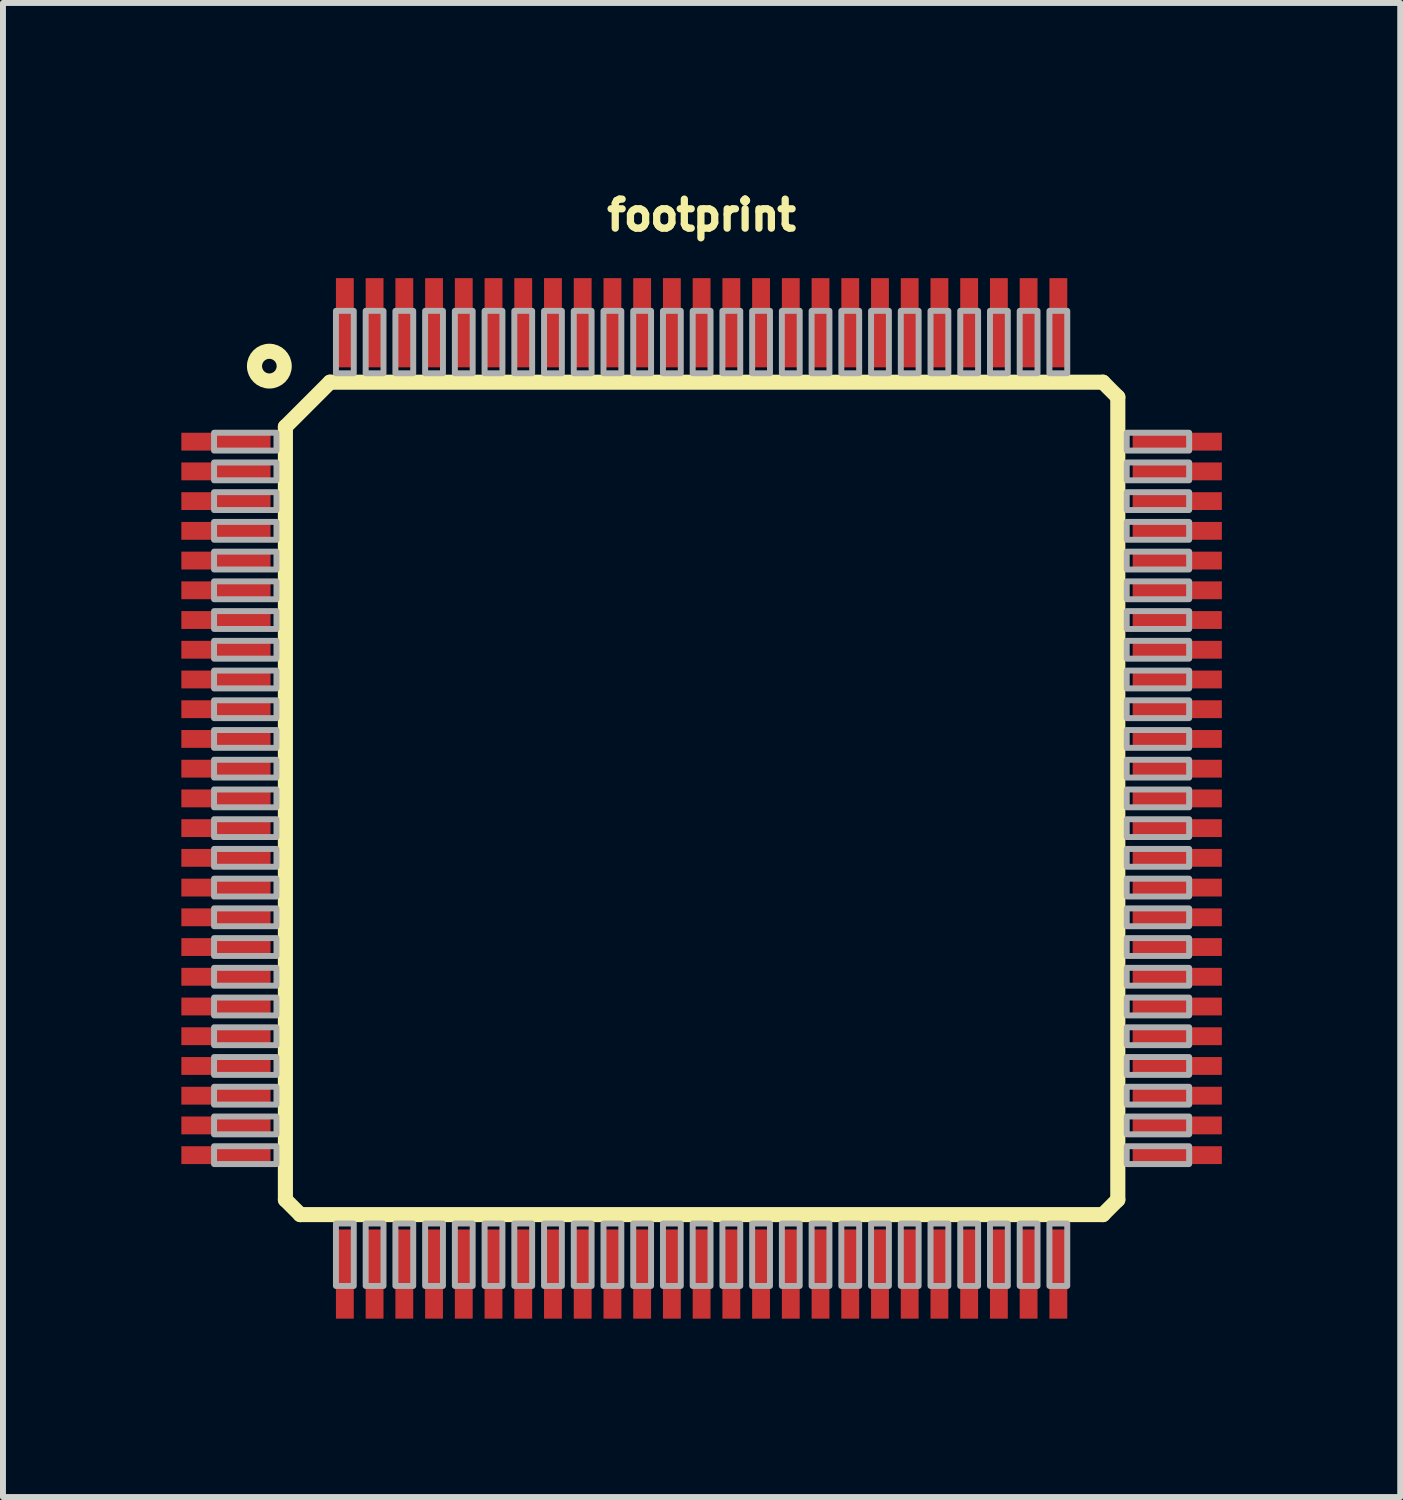
<source format=kicad_pcb>
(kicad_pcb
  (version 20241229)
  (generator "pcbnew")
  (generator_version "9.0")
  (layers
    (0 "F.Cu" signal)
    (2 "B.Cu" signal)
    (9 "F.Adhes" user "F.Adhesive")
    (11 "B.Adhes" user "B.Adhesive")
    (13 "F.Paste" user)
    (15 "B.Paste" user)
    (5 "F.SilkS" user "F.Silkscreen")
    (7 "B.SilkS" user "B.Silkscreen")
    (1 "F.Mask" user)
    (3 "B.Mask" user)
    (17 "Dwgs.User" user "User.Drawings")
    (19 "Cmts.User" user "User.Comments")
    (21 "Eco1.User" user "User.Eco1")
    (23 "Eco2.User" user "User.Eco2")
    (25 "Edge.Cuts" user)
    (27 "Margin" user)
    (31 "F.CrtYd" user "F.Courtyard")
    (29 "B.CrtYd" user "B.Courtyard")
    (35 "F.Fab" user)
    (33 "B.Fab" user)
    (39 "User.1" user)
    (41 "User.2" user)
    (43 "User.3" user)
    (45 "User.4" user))
  (footprint "footprint"
    (layer "F.Cu")
    (at 8.75 10.378)
    (property "Reference" "footprint" (at 0 -9.525 0) (layer "F.SilkS") (effects (font (size 0.488 0.488) (thickness 0.122)) (justify bottom)))
    (fp_line (start -7 -6.25) (end -6.25 -7) (stroke (width 0.254) (type solid)) (layer "F.SilkS"))
    (fp_line (start -7 6.75) (end -7 -6.25) (stroke (width 0.254) (type solid)) (layer "F.SilkS"))
    (fp_line (start -6.75 7) (end -7 6.75) (stroke (width 0.254) (type solid)) (layer "F.SilkS"))
    (fp_line (start -6.25 -7) (end 6.75 -7) (stroke (width 0.254) (type solid)) (layer "F.SilkS"))
    (fp_line (start 6.75 -7) (end 7 -6.75) (stroke (width 0.254) (type solid)) (layer "F.SilkS"))
    (fp_line (start 6.75 7) (end -6.75 7) (stroke (width 0.254) (type solid)) (layer "F.SilkS"))
    (fp_line (start 7 -6.75) (end 7 6.75) (stroke (width 0.254) (type solid)) (layer "F.SilkS"))
    (fp_line (start 7 6.75) (end 6.75 7) (stroke (width 0.254) (type solid)) (layer "F.SilkS"))
    (fp_circle (center -7.27 -7.27) (end -7.02 -7.27) (stroke (width 0.254) (type solid)) (fill no) (layer "F.SilkS"))
    (fp_poly (pts (xy -8.2 -5.85) (xy -7.15 -5.85) (xy -7.15 -6.15) (xy -8.2 -6.15)) (stroke (width 0.1) (type solid)) (fill no) (layer "F.Fab"))
    (fp_poly (pts (xy -8.2 -5.35) (xy -7.15 -5.35) (xy -7.15 -5.65) (xy -8.2 -5.65)) (stroke (width 0.1) (type solid)) (fill no) (layer "F.Fab"))
    (fp_poly (pts (xy -8.2 -4.85) (xy -7.15 -4.85) (xy -7.15 -5.15) (xy -8.2 -5.15)) (stroke (width 0.1) (type solid)) (fill no) (layer "F.Fab"))
    (fp_poly (pts (xy -8.2 -4.35) (xy -7.15 -4.35) (xy -7.15 -4.65) (xy -8.2 -4.65)) (stroke (width 0.1) (type solid)) (fill no) (layer "F.Fab"))
    (fp_poly (pts (xy -8.2 -3.85) (xy -7.15 -3.85) (xy -7.15 -4.15) (xy -8.2 -4.15)) (stroke (width 0.1) (type solid)) (fill no) (layer "F.Fab"))
    (fp_poly (pts (xy -8.2 -3.35) (xy -7.15 -3.35) (xy -7.15 -3.65) (xy -8.2 -3.65)) (stroke (width 0.1) (type solid)) (fill no) (layer "F.Fab"))
    (fp_poly (pts (xy -8.2 -2.85) (xy -7.15 -2.85) (xy -7.15 -3.15) (xy -8.2 -3.15)) (stroke (width 0.1) (type solid)) (fill no) (layer "F.Fab"))
    (fp_poly (pts (xy -8.2 -2.35) (xy -7.15 -2.35) (xy -7.15 -2.65) (xy -8.2 -2.65)) (stroke (width 0.1) (type solid)) (fill no) (layer "F.Fab"))
    (fp_poly (pts (xy -8.2 -1.85) (xy -7.15 -1.85) (xy -7.15 -2.15) (xy -8.2 -2.15)) (stroke (width 0.1) (type solid)) (fill no) (layer "F.Fab"))
    (fp_poly (pts (xy -8.2 -1.35) (xy -7.15 -1.35) (xy -7.15 -1.65) (xy -8.2 -1.65)) (stroke (width 0.1) (type solid)) (fill no) (layer "F.Fab"))
    (fp_poly (pts (xy -8.2 -0.85) (xy -7.15 -0.85) (xy -7.15 -1.15) (xy -8.2 -1.15)) (stroke (width 0.1) (type solid)) (fill no) (layer "F.Fab"))
    (fp_poly (pts (xy -8.2 -0.35) (xy -7.15 -0.35) (xy -7.15 -0.65) (xy -8.2 -0.65)) (stroke (width 0.1) (type solid)) (fill no) (layer "F.Fab"))
    (fp_poly (pts (xy -8.2 0.15) (xy -7.15 0.15) (xy -7.15 -0.15) (xy -8.2 -0.15)) (stroke (width 0.1) (type solid)) (fill no) (layer "F.Fab"))
    (fp_poly (pts (xy -8.2 0.65) (xy -7.15 0.65) (xy -7.15 0.35) (xy -8.2 0.35)) (stroke (width 0.1) (type solid)) (fill no) (layer "F.Fab"))
    (fp_poly (pts (xy -8.2 1.15) (xy -7.15 1.15) (xy -7.15 0.85) (xy -8.2 0.85)) (stroke (width 0.1) (type solid)) (fill no) (layer "F.Fab"))
    (fp_poly (pts (xy -8.2 1.65) (xy -7.15 1.65) (xy -7.15 1.35) (xy -8.2 1.35)) (stroke (width 0.1) (type solid)) (fill no) (layer "F.Fab"))
    (fp_poly (pts (xy -8.2 2.15) (xy -7.15 2.15) (xy -7.15 1.85) (xy -8.2 1.85)) (stroke (width 0.1) (type solid)) (fill no) (layer "F.Fab"))
    (fp_poly (pts (xy -8.2 2.65) (xy -7.15 2.65) (xy -7.15 2.35) (xy -8.2 2.35)) (stroke (width 0.1) (type solid)) (fill no) (layer "F.Fab"))
    (fp_poly (pts (xy -8.2 3.15) (xy -7.15 3.15) (xy -7.15 2.85) (xy -8.2 2.85)) (stroke (width 0.1) (type solid)) (fill no) (layer "F.Fab"))
    (fp_poly (pts (xy -8.2 3.65) (xy -7.15 3.65) (xy -7.15 3.35) (xy -8.2 3.35)) (stroke (width 0.1) (type solid)) (fill no) (layer "F.Fab"))
    (fp_poly (pts (xy -8.2 4.15) (xy -7.15 4.15) (xy -7.15 3.85) (xy -8.2 3.85)) (stroke (width 0.1) (type solid)) (fill no) (layer "F.Fab"))
    (fp_poly (pts (xy -8.2 4.65) (xy -7.15 4.65) (xy -7.15 4.35) (xy -8.2 4.35)) (stroke (width 0.1) (type solid)) (fill no) (layer "F.Fab"))
    (fp_poly (pts (xy -8.2 5.15) (xy -7.15 5.15) (xy -7.15 4.85) (xy -8.2 4.85)) (stroke (width 0.1) (type solid)) (fill no) (layer "F.Fab"))
    (fp_poly (pts (xy -8.2 5.65) (xy -7.15 5.65) (xy -7.15 5.35) (xy -8.2 5.35)) (stroke (width 0.1) (type solid)) (fill no) (layer "F.Fab"))
    (fp_poly (pts (xy -8.2 6.15) (xy -7.15 6.15) (xy -7.15 5.85) (xy -8.2 5.85)) (stroke (width 0.1) (type solid)) (fill no) (layer "F.Fab"))
    (fp_poly (pts (xy -6.15 -7.15) (xy -5.85 -7.15) (xy -5.85 -8.2) (xy -6.15 -8.2)) (stroke (width 0.1) (type solid)) (fill no) (layer "F.Fab"))
    (fp_poly (pts (xy -6.15 8.2) (xy -5.85 8.2) (xy -5.85 7.15) (xy -6.15 7.15)) (stroke (width 0.1) (type solid)) (fill no) (layer "F.Fab"))
    (fp_poly (pts (xy -5.65 -7.15) (xy -5.35 -7.15) (xy -5.35 -8.2) (xy -5.65 -8.2)) (stroke (width 0.1) (type solid)) (fill no) (layer "F.Fab"))
    (fp_poly (pts (xy -5.65 8.2) (xy -5.35 8.2) (xy -5.35 7.15) (xy -5.65 7.15)) (stroke (width 0.1) (type solid)) (fill no) (layer "F.Fab"))
    (fp_poly (pts (xy -5.15 -7.15) (xy -4.85 -7.15) (xy -4.85 -8.2) (xy -5.15 -8.2)) (stroke (width 0.1) (type solid)) (fill no) (layer "F.Fab"))
    (fp_poly (pts (xy -5.15 8.2) (xy -4.85 8.2) (xy -4.85 7.15) (xy -5.15 7.15)) (stroke (width 0.1) (type solid)) (fill no) (layer "F.Fab"))
    (fp_poly (pts (xy -4.65 -7.15) (xy -4.35 -7.15) (xy -4.35 -8.2) (xy -4.65 -8.2)) (stroke (width 0.1) (type solid)) (fill no) (layer "F.Fab"))
    (fp_poly (pts (xy -4.65 8.2) (xy -4.35 8.2) (xy -4.35 7.15) (xy -4.65 7.15)) (stroke (width 0.1) (type solid)) (fill no) (layer "F.Fab"))
    (fp_poly (pts (xy -4.15 -7.15) (xy -3.85 -7.15) (xy -3.85 -8.2) (xy -4.15 -8.2)) (stroke (width 0.1) (type solid)) (fill no) (layer "F.Fab"))
    (fp_poly (pts (xy -4.15 8.2) (xy -3.85 8.2) (xy -3.85 7.15) (xy -4.15 7.15)) (stroke (width 0.1) (type solid)) (fill no) (layer "F.Fab"))
    (fp_poly (pts (xy -3.65 -7.15) (xy -3.35 -7.15) (xy -3.35 -8.2) (xy -3.65 -8.2)) (stroke (width 0.1) (type solid)) (fill no) (layer "F.Fab"))
    (fp_poly (pts (xy -3.65 8.2) (xy -3.35 8.2) (xy -3.35 7.15) (xy -3.65 7.15)) (stroke (width 0.1) (type solid)) (fill no) (layer "F.Fab"))
    (fp_poly (pts (xy -3.15 -7.15) (xy -2.85 -7.15) (xy -2.85 -8.2) (xy -3.15 -8.2)) (stroke (width 0.1) (type solid)) (fill no) (layer "F.Fab"))
    (fp_poly (pts (xy -3.15 8.2) (xy -2.85 8.2) (xy -2.85 7.15) (xy -3.15 7.15)) (stroke (width 0.1) (type solid)) (fill no) (layer "F.Fab"))
    (fp_poly (pts (xy -2.65 -7.15) (xy -2.35 -7.15) (xy -2.35 -8.2) (xy -2.65 -8.2)) (stroke (width 0.1) (type solid)) (fill no) (layer "F.Fab"))
    (fp_poly (pts (xy -2.65 8.2) (xy -2.35 8.2) (xy -2.35 7.15) (xy -2.65 7.15)) (stroke (width 0.1) (type solid)) (fill no) (layer "F.Fab"))
    (fp_poly (pts (xy -2.15 -7.15) (xy -1.85 -7.15) (xy -1.85 -8.2) (xy -2.15 -8.2)) (stroke (width 0.1) (type solid)) (fill no) (layer "F.Fab"))
    (fp_poly (pts (xy -2.15 8.2) (xy -1.85 8.2) (xy -1.85 7.15) (xy -2.15 7.15)) (stroke (width 0.1) (type solid)) (fill no) (layer "F.Fab"))
    (fp_poly (pts (xy -1.65 -7.15) (xy -1.35 -7.15) (xy -1.35 -8.2) (xy -1.65 -8.2)) (stroke (width 0.1) (type solid)) (fill no) (layer "F.Fab"))
    (fp_poly (pts (xy -1.65 8.2) (xy -1.35 8.2) (xy -1.35 7.15) (xy -1.65 7.15)) (stroke (width 0.1) (type solid)) (fill no) (layer "F.Fab"))
    (fp_poly (pts (xy -1.15 -7.15) (xy -0.85 -7.15) (xy -0.85 -8.2) (xy -1.15 -8.2)) (stroke (width 0.1) (type solid)) (fill no) (layer "F.Fab"))
    (fp_poly (pts (xy -1.15 8.2) (xy -0.85 8.2) (xy -0.85 7.15) (xy -1.15 7.15)) (stroke (width 0.1) (type solid)) (fill no) (layer "F.Fab"))
    (fp_poly (pts (xy -0.65 -7.15) (xy -0.35 -7.15) (xy -0.35 -8.2) (xy -0.65 -8.2)) (stroke (width 0.1) (type solid)) (fill no) (layer "F.Fab"))
    (fp_poly (pts (xy -0.65 8.2) (xy -0.35 8.2) (xy -0.35 7.15) (xy -0.65 7.15)) (stroke (width 0.1) (type solid)) (fill no) (layer "F.Fab"))
    (fp_poly (pts (xy -0.15 -7.15) (xy 0.15 -7.15) (xy 0.15 -8.2) (xy -0.15 -8.2)) (stroke (width 0.1) (type solid)) (fill no) (layer "F.Fab"))
    (fp_poly (pts (xy -0.15 8.2) (xy 0.15 8.2) (xy 0.15 7.15) (xy -0.15 7.15)) (stroke (width 0.1) (type solid)) (fill no) (layer "F.Fab"))
    (fp_poly (pts (xy 0.35 -7.15) (xy 0.65 -7.15) (xy 0.65 -8.2) (xy 0.35 -8.2)) (stroke (width 0.1) (type solid)) (fill no) (layer "F.Fab"))
    (fp_poly (pts (xy 0.35 8.2) (xy 0.65 8.2) (xy 0.65 7.15) (xy 0.35 7.15)) (stroke (width 0.1) (type solid)) (fill no) (layer "F.Fab"))
    (fp_poly (pts (xy 0.85 -7.15) (xy 1.15 -7.15) (xy 1.15 -8.2) (xy 0.85 -8.2)) (stroke (width 0.1) (type solid)) (fill no) (layer "F.Fab"))
    (fp_poly (pts (xy 0.85 8.2) (xy 1.15 8.2) (xy 1.15 7.15) (xy 0.85 7.15)) (stroke (width 0.1) (type solid)) (fill no) (layer "F.Fab"))
    (fp_poly (pts (xy 1.35 -7.15) (xy 1.65 -7.15) (xy 1.65 -8.2) (xy 1.35 -8.2)) (stroke (width 0.1) (type solid)) (fill no) (layer "F.Fab"))
    (fp_poly (pts (xy 1.35 8.2) (xy 1.65 8.2) (xy 1.65 7.15) (xy 1.35 7.15)) (stroke (width 0.1) (type solid)) (fill no) (layer "F.Fab"))
    (fp_poly (pts (xy 1.85 -7.15) (xy 2.15 -7.15) (xy 2.15 -8.2) (xy 1.85 -8.2)) (stroke (width 0.1) (type solid)) (fill no) (layer "F.Fab"))
    (fp_poly (pts (xy 1.85 8.2) (xy 2.15 8.2) (xy 2.15 7.15) (xy 1.85 7.15)) (stroke (width 0.1) (type solid)) (fill no) (layer "F.Fab"))
    (fp_poly (pts (xy 2.35 -7.15) (xy 2.65 -7.15) (xy 2.65 -8.2) (xy 2.35 -8.2)) (stroke (width 0.1) (type solid)) (fill no) (layer "F.Fab"))
    (fp_poly (pts (xy 2.35 8.2) (xy 2.65 8.2) (xy 2.65 7.15) (xy 2.35 7.15)) (stroke (width 0.1) (type solid)) (fill no) (layer "F.Fab"))
    (fp_poly (pts (xy 2.85 -7.15) (xy 3.15 -7.15) (xy 3.15 -8.2) (xy 2.85 -8.2)) (stroke (width 0.1) (type solid)) (fill no) (layer "F.Fab"))
    (fp_poly (pts (xy 2.85 8.2) (xy 3.15 8.2) (xy 3.15 7.15) (xy 2.85 7.15)) (stroke (width 0.1) (type solid)) (fill no) (layer "F.Fab"))
    (fp_poly (pts (xy 3.35 -7.15) (xy 3.65 -7.15) (xy 3.65 -8.2) (xy 3.35 -8.2)) (stroke (width 0.1) (type solid)) (fill no) (layer "F.Fab"))
    (fp_poly (pts (xy 3.35 8.2) (xy 3.65 8.2) (xy 3.65 7.15) (xy 3.35 7.15)) (stroke (width 0.1) (type solid)) (fill no) (layer "F.Fab"))
    (fp_poly (pts (xy 3.85 -7.15) (xy 4.15 -7.15) (xy 4.15 -8.2) (xy 3.85 -8.2)) (stroke (width 0.1) (type solid)) (fill no) (layer "F.Fab"))
    (fp_poly (pts (xy 3.85 8.2) (xy 4.15 8.2) (xy 4.15 7.15) (xy 3.85 7.15)) (stroke (width 0.1) (type solid)) (fill no) (layer "F.Fab"))
    (fp_poly (pts (xy 4.35 -7.15) (xy 4.65 -7.15) (xy 4.65 -8.2) (xy 4.35 -8.2)) (stroke (width 0.1) (type solid)) (fill no) (layer "F.Fab"))
    (fp_poly (pts (xy 4.35 8.2) (xy 4.65 8.2) (xy 4.65 7.15) (xy 4.35 7.15)) (stroke (width 0.1) (type solid)) (fill no) (layer "F.Fab"))
    (fp_poly (pts (xy 4.85 -7.15) (xy 5.15 -7.15) (xy 5.15 -8.2) (xy 4.85 -8.2)) (stroke (width 0.1) (type solid)) (fill no) (layer "F.Fab"))
    (fp_poly (pts (xy 4.85 8.2) (xy 5.15 8.2) (xy 5.15 7.15) (xy 4.85 7.15)) (stroke (width 0.1) (type solid)) (fill no) (layer "F.Fab"))
    (fp_poly (pts (xy 5.35 -7.15) (xy 5.65 -7.15) (xy 5.65 -8.2) (xy 5.35 -8.2)) (stroke (width 0.1) (type solid)) (fill no) (layer "F.Fab"))
    (fp_poly (pts (xy 5.35 8.2) (xy 5.65 8.2) (xy 5.65 7.15) (xy 5.35 7.15)) (stroke (width 0.1) (type solid)) (fill no) (layer "F.Fab"))
    (fp_poly (pts (xy 5.85 -7.15) (xy 6.15 -7.15) (xy 6.15 -8.2) (xy 5.85 -8.2)) (stroke (width 0.1) (type solid)) (fill no) (layer "F.Fab"))
    (fp_poly (pts (xy 5.85 8.2) (xy 6.15 8.2) (xy 6.15 7.15) (xy 5.85 7.15)) (stroke (width 0.1) (type solid)) (fill no) (layer "F.Fab"))
    (fp_poly (pts (xy 7.15 -5.85) (xy 8.2 -5.85) (xy 8.2 -6.15) (xy 7.15 -6.15)) (stroke (width 0.1) (type solid)) (fill no) (layer "F.Fab"))
    (fp_poly (pts (xy 7.15 -5.35) (xy 8.2 -5.35) (xy 8.2 -5.65) (xy 7.15 -5.65)) (stroke (width 0.1) (type solid)) (fill no) (layer "F.Fab"))
    (fp_poly (pts (xy 7.15 -4.85) (xy 8.2 -4.85) (xy 8.2 -5.15) (xy 7.15 -5.15)) (stroke (width 0.1) (type solid)) (fill no) (layer "F.Fab"))
    (fp_poly (pts (xy 7.15 -4.35) (xy 8.2 -4.35) (xy 8.2 -4.65) (xy 7.15 -4.65)) (stroke (width 0.1) (type solid)) (fill no) (layer "F.Fab"))
    (fp_poly (pts (xy 7.15 -3.85) (xy 8.2 -3.85) (xy 8.2 -4.15) (xy 7.15 -4.15)) (stroke (width 0.1) (type solid)) (fill no) (layer "F.Fab"))
    (fp_poly (pts (xy 7.15 -3.35) (xy 8.2 -3.35) (xy 8.2 -3.65) (xy 7.15 -3.65)) (stroke (width 0.1) (type solid)) (fill no) (layer "F.Fab"))
    (fp_poly (pts (xy 7.15 -2.85) (xy 8.2 -2.85) (xy 8.2 -3.15) (xy 7.15 -3.15)) (stroke (width 0.1) (type solid)) (fill no) (layer "F.Fab"))
    (fp_poly (pts (xy 7.15 -2.35) (xy 8.2 -2.35) (xy 8.2 -2.65) (xy 7.15 -2.65)) (stroke (width 0.1) (type solid)) (fill no) (layer "F.Fab"))
    (fp_poly (pts (xy 7.15 -1.85) (xy 8.2 -1.85) (xy 8.2 -2.15) (xy 7.15 -2.15)) (stroke (width 0.1) (type solid)) (fill no) (layer "F.Fab"))
    (fp_poly (pts (xy 7.15 -1.35) (xy 8.2 -1.35) (xy 8.2 -1.65) (xy 7.15 -1.65)) (stroke (width 0.1) (type solid)) (fill no) (layer "F.Fab"))
    (fp_poly (pts (xy 7.15 -0.85) (xy 8.2 -0.85) (xy 8.2 -1.15) (xy 7.15 -1.15)) (stroke (width 0.1) (type solid)) (fill no) (layer "F.Fab"))
    (fp_poly (pts (xy 7.15 -0.35) (xy 8.2 -0.35) (xy 8.2 -0.65) (xy 7.15 -0.65)) (stroke (width 0.1) (type solid)) (fill no) (layer "F.Fab"))
    (fp_poly (pts (xy 7.15 0.15) (xy 8.2 0.15) (xy 8.2 -0.15) (xy 7.15 -0.15)) (stroke (width 0.1) (type solid)) (fill no) (layer "F.Fab"))
    (fp_poly (pts (xy 7.15 0.65) (xy 8.2 0.65) (xy 8.2 0.35) (xy 7.15 0.35)) (stroke (width 0.1) (type solid)) (fill no) (layer "F.Fab"))
    (fp_poly (pts (xy 7.15 1.15) (xy 8.2 1.15) (xy 8.2 0.85) (xy 7.15 0.85)) (stroke (width 0.1) (type solid)) (fill no) (layer "F.Fab"))
    (fp_poly (pts (xy 7.15 1.65) (xy 8.2 1.65) (xy 8.2 1.35) (xy 7.15 1.35)) (stroke (width 0.1) (type solid)) (fill no) (layer "F.Fab"))
    (fp_poly (pts (xy 7.15 2.15) (xy 8.2 2.15) (xy 8.2 1.85) (xy 7.15 1.85)) (stroke (width 0.1) (type solid)) (fill no) (layer "F.Fab"))
    (fp_poly (pts (xy 7.15 2.65) (xy 8.2 2.65) (xy 8.2 2.35) (xy 7.15 2.35)) (stroke (width 0.1) (type solid)) (fill no) (layer "F.Fab"))
    (fp_poly (pts (xy 7.15 3.15) (xy 8.2 3.15) (xy 8.2 2.85) (xy 7.15 2.85)) (stroke (width 0.1) (type solid)) (fill no) (layer "F.Fab"))
    (fp_poly (pts (xy 7.15 3.65) (xy 8.2 3.65) (xy 8.2 3.35) (xy 7.15 3.35)) (stroke (width 0.1) (type solid)) (fill no) (layer "F.Fab"))
    (fp_poly (pts (xy 7.15 4.15) (xy 8.2 4.15) (xy 8.2 3.85) (xy 7.15 3.85)) (stroke (width 0.1) (type solid)) (fill no) (layer "F.Fab"))
    (fp_poly (pts (xy 7.15 4.65) (xy 8.2 4.65) (xy 8.2 4.35) (xy 7.15 4.35)) (stroke (width 0.1) (type solid)) (fill no) (layer "F.Fab"))
    (fp_poly (pts (xy 7.15 5.15) (xy 8.2 5.15) (xy 8.2 4.85) (xy 7.15 4.85)) (stroke (width 0.1) (type solid)) (fill no) (layer "F.Fab"))
    (fp_poly (pts (xy 7.15 5.65) (xy 8.2 5.65) (xy 8.2 5.35) (xy 7.15 5.35)) (stroke (width 0.1) (type solid)) (fill no) (layer "F.Fab"))
    (fp_poly (pts (xy 7.15 6.15) (xy 8.2 6.15) (xy 8.2 5.85) (xy 7.15 5.85)) (stroke (width 0.1) (type solid)) (fill no) (layer "F.Fab"))
    (pad "1" smd rect (at -8 -6) (size 1.5 0.3) (layers "F.Cu" "F.Mask" "F.Paste"))
    (pad "2" smd rect (at -8 -5.5) (size 1.5 0.3) (layers "F.Cu" "F.Mask" "F.Paste"))
    (pad "3" smd rect (at -8 -5) (size 1.5 0.3) (layers "F.Cu" "F.Mask" "F.Paste"))
    (pad "4" smd rect (at -8 -4.5) (size 1.5 0.3) (layers "F.Cu" "F.Mask" "F.Paste"))
    (pad "5" smd rect (at -8 -4) (size 1.5 0.3) (layers "F.Cu" "F.Mask" "F.Paste"))
    (pad "6" smd rect (at -8 -3.5) (size 1.5 0.3) (layers "F.Cu" "F.Mask" "F.Paste"))
    (pad "7" smd rect (at -8 -3) (size 1.5 0.3) (layers "F.Cu" "F.Mask" "F.Paste"))
    (pad "8" smd rect (at -8 -2.5) (size 1.5 0.3) (layers "F.Cu" "F.Mask" "F.Paste"))
    (pad "9" smd rect (at -8 -2) (size 1.5 0.3) (layers "F.Cu" "F.Mask" "F.Paste"))
    (pad "10" smd rect (at -8 -1.5) (size 1.5 0.3) (layers "F.Cu" "F.Mask" "F.Paste"))
    (pad "11" smd rect (at -8 -1) (size 1.5 0.3) (layers "F.Cu" "F.Mask" "F.Paste"))
    (pad "12" smd rect (at -8 -0.5) (size 1.5 0.3) (layers "F.Cu" "F.Mask" "F.Paste"))
    (pad "13" smd rect (at -8 0) (size 1.5 0.3) (layers "F.Cu" "F.Mask" "F.Paste"))
    (pad "14" smd rect (at -8 0.5) (size 1.5 0.3) (layers "F.Cu" "F.Mask" "F.Paste"))
    (pad "15" smd rect (at -8 1) (size 1.5 0.3) (layers "F.Cu" "F.Mask" "F.Paste"))
    (pad "16" smd rect (at -8 1.5) (size 1.5 0.3) (layers "F.Cu" "F.Mask" "F.Paste"))
    (pad "17" smd rect (at -8 2) (size 1.5 0.3) (layers "F.Cu" "F.Mask" "F.Paste"))
    (pad "18" smd rect (at -8 2.5) (size 1.5 0.3) (layers "F.Cu" "F.Mask" "F.Paste"))
    (pad "19" smd rect (at -8 3) (size 1.5 0.3) (layers "F.Cu" "F.Mask" "F.Paste"))
    (pad "20" smd rect (at -8 3.5) (size 1.5 0.3) (layers "F.Cu" "F.Mask" "F.Paste"))
    (pad "21" smd rect (at -8 4) (size 1.5 0.3) (layers "F.Cu" "F.Mask" "F.Paste"))
    (pad "22" smd rect (at -8 4.5) (size 1.5 0.3) (layers "F.Cu" "F.Mask" "F.Paste"))
    (pad "23" smd rect (at -8 5) (size 1.5 0.3) (layers "F.Cu" "F.Mask" "F.Paste"))
    (pad "24" smd rect (at -8 5.5) (size 1.5 0.3) (layers "F.Cu" "F.Mask" "F.Paste"))
    (pad "25" smd rect (at -8 6) (size 1.5 0.3) (layers "F.Cu" "F.Mask" "F.Paste"))
    (pad "26" smd rect (at -6 8) (size 0.3 1.5) (layers "F.Cu" "F.Mask" "F.Paste"))
    (pad "27" smd rect (at -5.5 8) (size 0.3 1.5) (layers "F.Cu" "F.Mask" "F.Paste"))
    (pad "28" smd rect (at -5 8) (size 0.3 1.5) (layers "F.Cu" "F.Mask" "F.Paste"))
    (pad "29" smd rect (at -4.5 8) (size 0.3 1.5) (layers "F.Cu" "F.Mask" "F.Paste"))
    (pad "30" smd rect (at -4 8) (size 0.3 1.5) (layers "F.Cu" "F.Mask" "F.Paste"))
    (pad "31" smd rect (at -3.5 8) (size 0.3 1.5) (layers "F.Cu" "F.Mask" "F.Paste"))
    (pad "32" smd rect (at -3 8) (size 0.3 1.5) (layers "F.Cu" "F.Mask" "F.Paste"))
    (pad "33" smd rect (at -2.5 8) (size 0.3 1.5) (layers "F.Cu" "F.Mask" "F.Paste"))
    (pad "34" smd rect (at -2 8) (size 0.3 1.5) (layers "F.Cu" "F.Mask" "F.Paste"))
    (pad "35" smd rect (at -1.5 8) (size 0.3 1.5) (layers "F.Cu" "F.Mask" "F.Paste"))
    (pad "36" smd rect (at -1 8) (size 0.3 1.5) (layers "F.Cu" "F.Mask" "F.Paste"))
    (pad "37" smd rect (at -0.5 8) (size 0.3 1.5) (layers "F.Cu" "F.Mask" "F.Paste"))
    (pad "38" smd rect (at 0 8) (size 0.3 1.5) (layers "F.Cu" "F.Mask" "F.Paste"))
    (pad "39" smd rect (at 0.5 8) (size 0.3 1.5) (layers "F.Cu" "F.Mask" "F.Paste"))
    (pad "40" smd rect (at 1 8) (size 0.3 1.5) (layers "F.Cu" "F.Mask" "F.Paste"))
    (pad "41" smd rect (at 1.5 8) (size 0.3 1.5) (layers "F.Cu" "F.Mask" "F.Paste"))
    (pad "42" smd rect (at 2 8) (size 0.3 1.5) (layers "F.Cu" "F.Mask" "F.Paste"))
    (pad "43" smd rect (at 2.5 8) (size 0.3 1.5) (layers "F.Cu" "F.Mask" "F.Paste"))
    (pad "44" smd rect (at 3 8) (size 0.3 1.5) (layers "F.Cu" "F.Mask" "F.Paste"))
    (pad "45" smd rect (at 3.5 8) (size 0.3 1.5) (layers "F.Cu" "F.Mask" "F.Paste"))
    (pad "46" smd rect (at 4 8) (size 0.3 1.5) (layers "F.Cu" "F.Mask" "F.Paste"))
    (pad "47" smd rect (at 4.5 8) (size 0.3 1.5) (layers "F.Cu" "F.Mask" "F.Paste"))
    (pad "48" smd rect (at 5 8) (size 0.3 1.5) (layers "F.Cu" "F.Mask" "F.Paste"))
    (pad "49" smd rect (at 5.5 8) (size 0.3 1.5) (layers "F.Cu" "F.Mask" "F.Paste"))
    (pad "50" smd rect (at 6 8) (size 0.3 1.5) (layers "F.Cu" "F.Mask" "F.Paste"))
    (pad "51" smd rect (at 8 6) (size 1.5 0.3) (layers "F.Cu" "F.Mask" "F.Paste"))
    (pad "52" smd rect (at 8 5.5) (size 1.5 0.3) (layers "F.Cu" "F.Mask" "F.Paste"))
    (pad "53" smd rect (at 8 5) (size 1.5 0.3) (layers "F.Cu" "F.Mask" "F.Paste"))
    (pad "54" smd rect (at 8 4.5) (size 1.5 0.3) (layers "F.Cu" "F.Mask" "F.Paste"))
    (pad "55" smd rect (at 8 4) (size 1.5 0.3) (layers "F.Cu" "F.Mask" "F.Paste"))
    (pad "56" smd rect (at 8 3.5) (size 1.5 0.3) (layers "F.Cu" "F.Mask" "F.Paste"))
    (pad "57" smd rect (at 8 3) (size 1.5 0.3) (layers "F.Cu" "F.Mask" "F.Paste"))
    (pad "58" smd rect (at 8 2.5) (size 1.5 0.3) (layers "F.Cu" "F.Mask" "F.Paste"))
    (pad "59" smd rect (at 8 2) (size 1.5 0.3) (layers "F.Cu" "F.Mask" "F.Paste"))
    (pad "60" smd rect (at 8 1.5) (size 1.5 0.3) (layers "F.Cu" "F.Mask" "F.Paste"))
    (pad "61" smd rect (at 8 1) (size 1.5 0.3) (layers "F.Cu" "F.Mask" "F.Paste"))
    (pad "62" smd rect (at 8 0.5) (size 1.5 0.3) (layers "F.Cu" "F.Mask" "F.Paste"))
    (pad "63" smd rect (at 8 0) (size 1.5 0.3) (layers "F.Cu" "F.Mask" "F.Paste"))
    (pad "64" smd rect (at 8 -0.5) (size 1.5 0.3) (layers "F.Cu" "F.Mask" "F.Paste"))
    (pad "65" smd rect (at 8 -1) (size 1.5 0.3) (layers "F.Cu" "F.Mask" "F.Paste"))
    (pad "66" smd rect (at 8 -1.5) (size 1.5 0.3) (layers "F.Cu" "F.Mask" "F.Paste"))
    (pad "67" smd rect (at 8 -2) (size 1.5 0.3) (layers "F.Cu" "F.Mask" "F.Paste"))
    (pad "68" smd rect (at 8 -2.5) (size 1.5 0.3) (layers "F.Cu" "F.Mask" "F.Paste"))
    (pad "69" smd rect (at 8 -3) (size 1.5 0.3) (layers "F.Cu" "F.Mask" "F.Paste"))
    (pad "70" smd rect (at 8 -3.5) (size 1.5 0.3) (layers "F.Cu" "F.Mask" "F.Paste"))
    (pad "71" smd rect (at 8 -4) (size 1.5 0.3) (layers "F.Cu" "F.Mask" "F.Paste"))
    (pad "72" smd rect (at 8 -4.5) (size 1.5 0.3) (layers "F.Cu" "F.Mask" "F.Paste"))
    (pad "73" smd rect (at 8 -5) (size 1.5 0.3) (layers "F.Cu" "F.Mask" "F.Paste"))
    (pad "74" smd rect (at 8 -5.5) (size 1.5 0.3) (layers "F.Cu" "F.Mask" "F.Paste"))
    (pad "75" smd rect (at 8 -6) (size 1.5 0.3) (layers "F.Cu" "F.Mask" "F.Paste"))
    (pad "76" smd rect (at 6 -8) (size 0.3 1.5) (layers "F.Cu" "F.Mask" "F.Paste"))
    (pad "77" smd rect (at 5.5 -8) (size 0.3 1.5) (layers "F.Cu" "F.Mask" "F.Paste"))
    (pad "78" smd rect (at 5 -8) (size 0.3 1.5) (layers "F.Cu" "F.Mask" "F.Paste"))
    (pad "79" smd rect (at 4.5 -8) (size 0.3 1.5) (layers "F.Cu" "F.Mask" "F.Paste"))
    (pad "80" smd rect (at 4 -8) (size 0.3 1.5) (layers "F.Cu" "F.Mask" "F.Paste"))
    (pad "81" smd rect (at 3.5 -8) (size 0.3 1.5) (layers "F.Cu" "F.Mask" "F.Paste"))
    (pad "82" smd rect (at 3 -8) (size 0.3 1.5) (layers "F.Cu" "F.Mask" "F.Paste"))
    (pad "83" smd rect (at 2.5 -8) (size 0.3 1.5) (layers "F.Cu" "F.Mask" "F.Paste"))
    (pad "84" smd rect (at 2 -8) (size 0.3 1.5) (layers "F.Cu" "F.Mask" "F.Paste"))
    (pad "85" smd rect (at 1.5 -8) (size 0.3 1.5) (layers "F.Cu" "F.Mask" "F.Paste"))
    (pad "86" smd rect (at 1 -8) (size 0.3 1.5) (layers "F.Cu" "F.Mask" "F.Paste"))
    (pad "87" smd rect (at 0.5 -8) (size 0.3 1.5) (layers "F.Cu" "F.Mask" "F.Paste"))
    (pad "88" smd rect (at 0 -8) (size 0.3 1.5) (layers "F.Cu" "F.Mask" "F.Paste"))
    (pad "89" smd rect (at -0.5 -8) (size 0.3 1.5) (layers "F.Cu" "F.Mask" "F.Paste"))
    (pad "90" smd rect (at -1 -8) (size 0.3 1.5) (layers "F.Cu" "F.Mask" "F.Paste"))
    (pad "91" smd rect (at -1.5 -8) (size 0.3 1.5) (layers "F.Cu" "F.Mask" "F.Paste"))
    (pad "92" smd rect (at -2 -8) (size 0.3 1.5) (layers "F.Cu" "F.Mask" "F.Paste"))
    (pad "93" smd rect (at -2.5 -8) (size 0.3 1.5) (layers "F.Cu" "F.Mask" "F.Paste"))
    (pad "94" smd rect (at -3 -8) (size 0.3 1.5) (layers "F.Cu" "F.Mask" "F.Paste"))
    (pad "95" smd rect (at -3.5 -8) (size 0.3 1.5) (layers "F.Cu" "F.Mask" "F.Paste"))
    (pad "96" smd rect (at -4 -8) (size 0.3 1.5) (layers "F.Cu" "F.Mask" "F.Paste"))
    (pad "97" smd rect (at -4.5 -8) (size 0.3 1.5) (layers "F.Cu" "F.Mask" "F.Paste"))
    (pad "98" smd rect (at -5 -8) (size 0.3 1.5) (layers "F.Cu" "F.Mask" "F.Paste"))
    (pad "99" smd rect (at -5.5 -8) (size 0.3 1.5) (layers "F.Cu" "F.Mask" "F.Paste"))
    (pad "100" smd rect (at -6 -8) (size 0.3 1.5) (layers "F.Cu" "F.Mask" "F.Paste")))
  (gr_rect
    (start -3 -3)
    (end 20.5 22.128)
    (stroke (width 0.1) (type default))
    (fill no)
    (layer "Edge.Cuts")))
</source>
